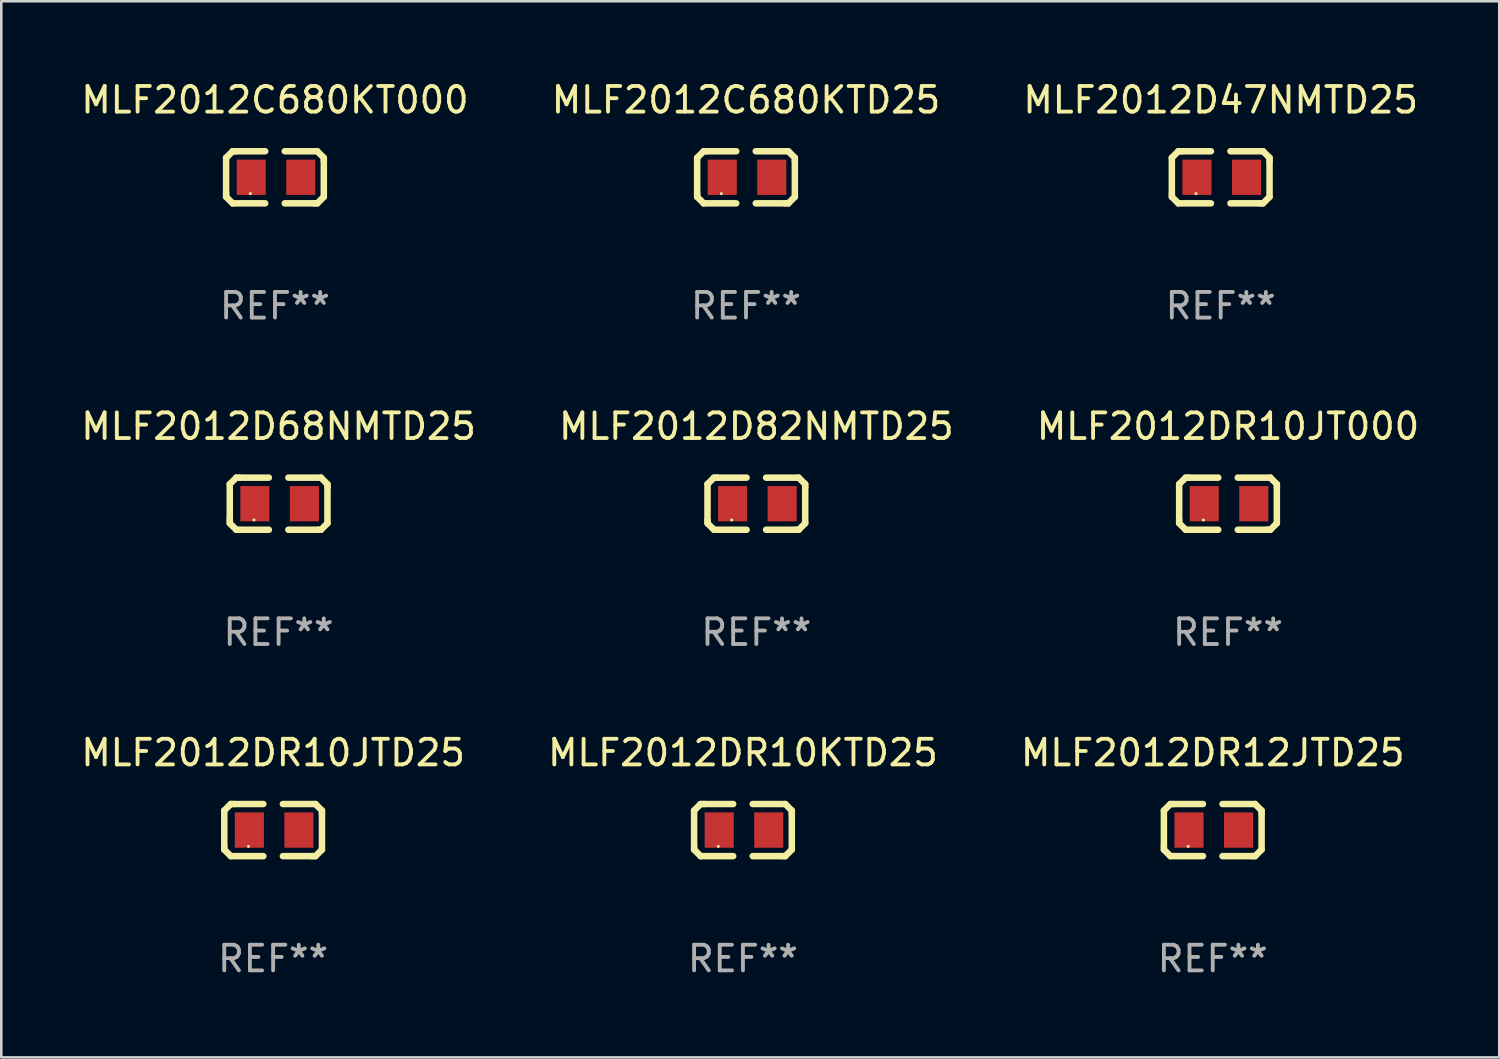
<source format=kicad_pcb>
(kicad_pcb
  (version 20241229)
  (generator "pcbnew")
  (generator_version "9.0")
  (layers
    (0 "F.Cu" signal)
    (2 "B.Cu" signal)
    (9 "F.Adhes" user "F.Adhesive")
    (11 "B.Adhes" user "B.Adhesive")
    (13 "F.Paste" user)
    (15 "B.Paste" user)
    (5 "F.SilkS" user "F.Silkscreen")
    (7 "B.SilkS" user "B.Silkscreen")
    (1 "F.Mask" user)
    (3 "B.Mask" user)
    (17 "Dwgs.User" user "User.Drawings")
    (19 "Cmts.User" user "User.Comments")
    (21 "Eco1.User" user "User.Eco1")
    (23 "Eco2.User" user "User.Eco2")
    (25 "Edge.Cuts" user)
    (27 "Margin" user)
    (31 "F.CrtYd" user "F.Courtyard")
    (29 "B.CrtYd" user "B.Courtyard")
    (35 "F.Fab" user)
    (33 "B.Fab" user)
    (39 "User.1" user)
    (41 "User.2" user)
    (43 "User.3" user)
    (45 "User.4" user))
  (footprint "MLF2012DR12JTD25"
    (layer "F.Cu")
    (at 44.244 29.321)
    (property "Reference" "MLF2012DR12JTD25" (at 0 -3.016 0) (layer "F.SilkS") (effects (font (size 1 1) (thickness 0.15))))
    (attr through_hole)
    (fp_line (start -1.905 -0.762) (end -1.905 0.635) (stroke (width 0.254) (type solid)) (layer "F.SilkS"))
    (fp_line (start -1.905 0.635) (end -1.905 0.762) (stroke (width 0.254) (type solid)) (layer "F.SilkS"))
    (fp_line (start -1.905 0.762) (end -1.651 1.016) (stroke (width 0.254) (type solid)) (layer "F.SilkS"))
    (fp_line (start -1.651 -1.016) (end -1.905 -0.762) (stroke (width 0.254) (type solid)) (layer "F.SilkS"))
    (fp_line (start -1.651 1.016) (end -0.381 1.016) (stroke (width 0.254) (type solid)) (layer "F.SilkS"))
    (fp_line (start -1.524 -1.016) (end -1.651 -1.016) (stroke (width 0.254) (type solid)) (layer "F.SilkS"))
    (fp_line (start -0.381 -1.016) (end -1.524 -1.016) (stroke (width 0.254) (type solid)) (layer "F.SilkS"))
    (fp_line (start 0.381 1.016) (end 1.524 1.016) (stroke (width 0.254) (type solid)) (layer "F.SilkS"))
    (fp_line (start 1.524 1.016) (end 1.651 1.016) (stroke (width 0.254) (type solid)) (layer "F.SilkS"))
    (fp_line (start 1.651 -1.016) (end 0.381 -1.016) (stroke (width 0.254) (type solid)) (layer "F.SilkS"))
    (fp_line (start 1.651 1.016) (end 1.905 0.762) (stroke (width 0.254) (type solid)) (layer "F.SilkS"))
    (fp_line (start 1.905 -0.762) (end 1.651 -1.016) (stroke (width 0.254) (type solid)) (layer "F.SilkS"))
    (fp_line (start 1.905 -0.635) (end 1.905 -0.762) (stroke (width 0.254) (type solid)) (layer "F.SilkS"))
    (fp_line (start 1.905 0.762) (end 1.905 -0.635) (stroke (width 0.254) (type solid)) (layer "F.SilkS"))
    (fp_circle (center -0.96 0.637) (end -0.93 0.637) (stroke (width 0.06) (type solid)) (fill no) (layer "F.SilkS"))
    (fp_text user "REF**" (at 0 5.016 0) (layer "F.Fab") (effects (font (size 1 1) (thickness 0.15))))
    (pad "1" smd rect (at -0.926 -0.000051) (size 1.133 1.377) (layers "F.Cu" "F.Mask" "F.Paste"))
    (pad "2" smd rect (at 1.006 -0.000051) (size 1.133 1.377) (layers "F.Cu" "F.Mask" "F.Paste")))
  (footprint "MLF2012C680KTD25"
    (layer "F.Cu")
    (at 26.042 3.864)
    (property "Reference" "MLF2012C680KTD25" (at 0 -3.016 0) (layer "F.SilkS") (effects (font (size 1 1) (thickness 0.15))))
    (attr through_hole)
    (fp_line (start -1.905 -0.762) (end -1.905 0.635) (stroke (width 0.254) (type solid)) (layer "F.SilkS"))
    (fp_line (start -1.905 0.635) (end -1.905 0.762) (stroke (width 0.254) (type solid)) (layer "F.SilkS"))
    (fp_line (start -1.905 0.762) (end -1.651 1.016) (stroke (width 0.254) (type solid)) (layer "F.SilkS"))
    (fp_line (start -1.651 -1.016) (end -1.905 -0.762) (stroke (width 0.254) (type solid)) (layer "F.SilkS"))
    (fp_line (start -1.651 1.016) (end -0.381 1.016) (stroke (width 0.254) (type solid)) (layer "F.SilkS"))
    (fp_line (start -1.524 -1.016) (end -1.651 -1.016) (stroke (width 0.254) (type solid)) (layer "F.SilkS"))
    (fp_line (start -0.381 -1.016) (end -1.524 -1.016) (stroke (width 0.254) (type solid)) (layer "F.SilkS"))
    (fp_line (start 0.381 1.016) (end 1.524 1.016) (stroke (width 0.254) (type solid)) (layer "F.SilkS"))
    (fp_line (start 1.524 1.016) (end 1.651 1.016) (stroke (width 0.254) (type solid)) (layer "F.SilkS"))
    (fp_line (start 1.651 -1.016) (end 0.381 -1.016) (stroke (width 0.254) (type solid)) (layer "F.SilkS"))
    (fp_line (start 1.651 1.016) (end 1.905 0.762) (stroke (width 0.254) (type solid)) (layer "F.SilkS"))
    (fp_line (start 1.905 -0.762) (end 1.651 -1.016) (stroke (width 0.254) (type solid)) (layer "F.SilkS"))
    (fp_line (start 1.905 -0.635) (end 1.905 -0.762) (stroke (width 0.254) (type solid)) (layer "F.SilkS"))
    (fp_line (start 1.905 0.762) (end 1.905 -0.635) (stroke (width 0.254) (type solid)) (layer "F.SilkS"))
    (fp_circle (center -0.96 0.637) (end -0.93 0.637) (stroke (width 0.06) (type solid)) (fill no) (layer "F.SilkS"))
    (fp_text user "REF**" (at 0 5.016 0) (layer "F.Fab") (effects (font (size 1 1) (thickness 0.15))))
    (pad "1" smd rect (at -0.926 -0.000051) (size 1.133 1.377) (layers "F.Cu" "F.Mask" "F.Paste"))
    (pad "2" smd rect (at 1.006 -0.000051) (size 1.133 1.377) (layers "F.Cu" "F.Mask" "F.Paste")))
  (footprint "MLF2012D47NMTD25"
    (layer "F.Cu")
    (at 44.554 3.864)
    (property "Reference" "MLF2012D47NMTD25" (at 0 -3.016 0) (layer "F.SilkS") (effects (font (size 1 1) (thickness 0.15))))
    (attr through_hole)
    (fp_line (start -1.905 -0.762) (end -1.905 0.635) (stroke (width 0.254) (type solid)) (layer "F.SilkS"))
    (fp_line (start -1.905 0.635) (end -1.905 0.762) (stroke (width 0.254) (type solid)) (layer "F.SilkS"))
    (fp_line (start -1.905 0.762) (end -1.651 1.016) (stroke (width 0.254) (type solid)) (layer "F.SilkS"))
    (fp_line (start -1.651 -1.016) (end -1.905 -0.762) (stroke (width 0.254) (type solid)) (layer "F.SilkS"))
    (fp_line (start -1.651 1.016) (end -0.381 1.016) (stroke (width 0.254) (type solid)) (layer "F.SilkS"))
    (fp_line (start -1.524 -1.016) (end -1.651 -1.016) (stroke (width 0.254) (type solid)) (layer "F.SilkS"))
    (fp_line (start -0.381 -1.016) (end -1.524 -1.016) (stroke (width 0.254) (type solid)) (layer "F.SilkS"))
    (fp_line (start 0.381 1.016) (end 1.524 1.016) (stroke (width 0.254) (type solid)) (layer "F.SilkS"))
    (fp_line (start 1.524 1.016) (end 1.651 1.016) (stroke (width 0.254) (type solid)) (layer "F.SilkS"))
    (fp_line (start 1.651 -1.016) (end 0.381 -1.016) (stroke (width 0.254) (type solid)) (layer "F.SilkS"))
    (fp_line (start 1.651 1.016) (end 1.905 0.762) (stroke (width 0.254) (type solid)) (layer "F.SilkS"))
    (fp_line (start 1.905 -0.762) (end 1.651 -1.016) (stroke (width 0.254) (type solid)) (layer "F.SilkS"))
    (fp_line (start 1.905 -0.635) (end 1.905 -0.762) (stroke (width 0.254) (type solid)) (layer "F.SilkS"))
    (fp_line (start 1.905 0.762) (end 1.905 -0.635) (stroke (width 0.254) (type solid)) (layer "F.SilkS"))
    (fp_circle (center -0.96 0.637) (end -0.93 0.637) (stroke (width 0.06) (type solid)) (fill no) (layer "F.SilkS"))
    (fp_text user "REF**" (at 0 5.016 0) (layer "F.Fab") (effects (font (size 1 1) (thickness 0.15))))
    (pad "1" smd rect (at -0.926 -0.000051) (size 1.133 1.377) (layers "F.Cu" "F.Mask" "F.Paste"))
    (pad "2" smd rect (at 1.006 -0.000051) (size 1.133 1.377) (layers "F.Cu" "F.Mask" "F.Paste")))
  (footprint "MLF2012DR10JTD25"
    (layer "F.Cu")
    (at 7.601 29.321)
    (property "Reference" "MLF2012DR10JTD25" (at 0 -3.016 0) (layer "F.SilkS") (effects (font (size 1 1) (thickness 0.15))))
    (attr through_hole)
    (fp_line (start -1.905 -0.762) (end -1.905 0.635) (stroke (width 0.254) (type solid)) (layer "F.SilkS"))
    (fp_line (start -1.905 0.635) (end -1.905 0.762) (stroke (width 0.254) (type solid)) (layer "F.SilkS"))
    (fp_line (start -1.905 0.762) (end -1.651 1.016) (stroke (width 0.254) (type solid)) (layer "F.SilkS"))
    (fp_line (start -1.651 -1.016) (end -1.905 -0.762) (stroke (width 0.254) (type solid)) (layer "F.SilkS"))
    (fp_line (start -1.651 1.016) (end -0.381 1.016) (stroke (width 0.254) (type solid)) (layer "F.SilkS"))
    (fp_line (start -1.524 -1.016) (end -1.651 -1.016) (stroke (width 0.254) (type solid)) (layer "F.SilkS"))
    (fp_line (start -0.381 -1.016) (end -1.524 -1.016) (stroke (width 0.254) (type solid)) (layer "F.SilkS"))
    (fp_line (start 0.381 1.016) (end 1.524 1.016) (stroke (width 0.254) (type solid)) (layer "F.SilkS"))
    (fp_line (start 1.524 1.016) (end 1.651 1.016) (stroke (width 0.254) (type solid)) (layer "F.SilkS"))
    (fp_line (start 1.651 -1.016) (end 0.381 -1.016) (stroke (width 0.254) (type solid)) (layer "F.SilkS"))
    (fp_line (start 1.651 1.016) (end 1.905 0.762) (stroke (width 0.254) (type solid)) (layer "F.SilkS"))
    (fp_line (start 1.905 -0.762) (end 1.651 -1.016) (stroke (width 0.254) (type solid)) (layer "F.SilkS"))
    (fp_line (start 1.905 -0.635) (end 1.905 -0.762) (stroke (width 0.254) (type solid)) (layer "F.SilkS"))
    (fp_line (start 1.905 0.762) (end 1.905 -0.635) (stroke (width 0.254) (type solid)) (layer "F.SilkS"))
    (fp_circle (center -0.96 0.637) (end -0.93 0.637) (stroke (width 0.06) (type solid)) (fill no) (layer "F.SilkS"))
    (fp_text user "REF**" (at 0 5.016 0) (layer "F.Fab") (effects (font (size 1 1) (thickness 0.15))))
    (pad "1" smd rect (at -0.926 -0.000051) (size 1.133 1.377) (layers "F.Cu" "F.Mask" "F.Paste"))
    (pad "2" smd rect (at 1.006 -0.000051) (size 1.133 1.377) (layers "F.Cu" "F.Mask" "F.Paste")))
  (footprint "MLF2012D82NMTD25"
    (layer "F.Cu")
    (at 26.446 16.593)
    (property "Reference" "MLF2012D82NMTD25" (at 0 -3.016 0) (layer "F.SilkS") (effects (font (size 1 1) (thickness 0.15))))
    (attr through_hole)
    (fp_line (start -1.905 -0.762) (end -1.905 0.635) (stroke (width 0.254) (type solid)) (layer "F.SilkS"))
    (fp_line (start -1.905 0.635) (end -1.905 0.762) (stroke (width 0.254) (type solid)) (layer "F.SilkS"))
    (fp_line (start -1.905 0.762) (end -1.651 1.016) (stroke (width 0.254) (type solid)) (layer "F.SilkS"))
    (fp_line (start -1.651 -1.016) (end -1.905 -0.762) (stroke (width 0.254) (type solid)) (layer "F.SilkS"))
    (fp_line (start -1.651 1.016) (end -0.381 1.016) (stroke (width 0.254) (type solid)) (layer "F.SilkS"))
    (fp_line (start -1.524 -1.016) (end -1.651 -1.016) (stroke (width 0.254) (type solid)) (layer "F.SilkS"))
    (fp_line (start -0.381 -1.016) (end -1.524 -1.016) (stroke (width 0.254) (type solid)) (layer "F.SilkS"))
    (fp_line (start 0.381 1.016) (end 1.524 1.016) (stroke (width 0.254) (type solid)) (layer "F.SilkS"))
    (fp_line (start 1.524 1.016) (end 1.651 1.016) (stroke (width 0.254) (type solid)) (layer "F.SilkS"))
    (fp_line (start 1.651 -1.016) (end 0.381 -1.016) (stroke (width 0.254) (type solid)) (layer "F.SilkS"))
    (fp_line (start 1.651 1.016) (end 1.905 0.762) (stroke (width 0.254) (type solid)) (layer "F.SilkS"))
    (fp_line (start 1.905 -0.762) (end 1.651 -1.016) (stroke (width 0.254) (type solid)) (layer "F.SilkS"))
    (fp_line (start 1.905 -0.635) (end 1.905 -0.762) (stroke (width 0.254) (type solid)) (layer "F.SilkS"))
    (fp_line (start 1.905 0.762) (end 1.905 -0.635) (stroke (width 0.254) (type solid)) (layer "F.SilkS"))
    (fp_circle (center -0.96 0.637) (end -0.93 0.637) (stroke (width 0.06) (type solid)) (fill no) (layer "F.SilkS"))
    (fp_text user "REF**" (at 0 5.016 0) (layer "F.Fab") (effects (font (size 1 1) (thickness 0.15))))
    (pad "1" smd rect (at -0.926 -0.000051) (size 1.133 1.377) (layers "F.Cu" "F.Mask" "F.Paste"))
    (pad "2" smd rect (at 1.006 -0.000051) (size 1.133 1.377) (layers "F.Cu" "F.Mask" "F.Paste")))
  (footprint "MLF2012DR10KTD25"
    (layer "F.Cu")
    (at 25.923 29.321)
    (property "Reference" "MLF2012DR10KTD25" (at 0 -3.016 0) (layer "F.SilkS") (effects (font (size 1 1) (thickness 0.15))))
    (attr through_hole)
    (fp_line (start -1.905 -0.762) (end -1.905 0.635) (stroke (width 0.254) (type solid)) (layer "F.SilkS"))
    (fp_line (start -1.905 0.635) (end -1.905 0.762) (stroke (width 0.254) (type solid)) (layer "F.SilkS"))
    (fp_line (start -1.905 0.762) (end -1.651 1.016) (stroke (width 0.254) (type solid)) (layer "F.SilkS"))
    (fp_line (start -1.651 -1.016) (end -1.905 -0.762) (stroke (width 0.254) (type solid)) (layer "F.SilkS"))
    (fp_line (start -1.651 1.016) (end -0.381 1.016) (stroke (width 0.254) (type solid)) (layer "F.SilkS"))
    (fp_line (start -1.524 -1.016) (end -1.651 -1.016) (stroke (width 0.254) (type solid)) (layer "F.SilkS"))
    (fp_line (start -0.381 -1.016) (end -1.524 -1.016) (stroke (width 0.254) (type solid)) (layer "F.SilkS"))
    (fp_line (start 0.381 1.016) (end 1.524 1.016) (stroke (width 0.254) (type solid)) (layer "F.SilkS"))
    (fp_line (start 1.524 1.016) (end 1.651 1.016) (stroke (width 0.254) (type solid)) (layer "F.SilkS"))
    (fp_line (start 1.651 -1.016) (end 0.381 -1.016) (stroke (width 0.254) (type solid)) (layer "F.SilkS"))
    (fp_line (start 1.651 1.016) (end 1.905 0.762) (stroke (width 0.254) (type solid)) (layer "F.SilkS"))
    (fp_line (start 1.905 -0.762) (end 1.651 -1.016) (stroke (width 0.254) (type solid)) (layer "F.SilkS"))
    (fp_line (start 1.905 -0.635) (end 1.905 -0.762) (stroke (width 0.254) (type solid)) (layer "F.SilkS"))
    (fp_line (start 1.905 0.762) (end 1.905 -0.635) (stroke (width 0.254) (type solid)) (layer "F.SilkS"))
    (fp_circle (center -0.96 0.637) (end -0.93 0.637) (stroke (width 0.06) (type solid)) (fill no) (layer "F.SilkS"))
    (fp_text user "REF**" (at 0 5.016 0) (layer "F.Fab") (effects (font (size 1 1) (thickness 0.15))))
    (pad "1" smd rect (at -0.926 -0.000051) (size 1.133 1.377) (layers "F.Cu" "F.Mask" "F.Paste"))
    (pad "2" smd rect (at 1.006 -0.000051) (size 1.133 1.377) (layers "F.Cu" "F.Mask" "F.Paste")))
  (footprint "MLF2012DR10JT000"
    (layer "F.Cu")
    (at 44.839 16.593)
    (property "Reference" "MLF2012DR10JT000" (at 0 -3.016 0) (layer "F.SilkS") (effects (font (size 1 1) (thickness 0.15))))
    (attr through_hole)
    (fp_line (start -1.905 -0.762) (end -1.905 0.635) (stroke (width 0.254) (type solid)) (layer "F.SilkS"))
    (fp_line (start -1.905 0.635) (end -1.905 0.762) (stroke (width 0.254) (type solid)) (layer "F.SilkS"))
    (fp_line (start -1.905 0.762) (end -1.651 1.016) (stroke (width 0.254) (type solid)) (layer "F.SilkS"))
    (fp_line (start -1.651 -1.016) (end -1.905 -0.762) (stroke (width 0.254) (type solid)) (layer "F.SilkS"))
    (fp_line (start -1.651 1.016) (end -0.381 1.016) (stroke (width 0.254) (type solid)) (layer "F.SilkS"))
    (fp_line (start -1.524 -1.016) (end -1.651 -1.016) (stroke (width 0.254) (type solid)) (layer "F.SilkS"))
    (fp_line (start -0.381 -1.016) (end -1.524 -1.016) (stroke (width 0.254) (type solid)) (layer "F.SilkS"))
    (fp_line (start 0.381 1.016) (end 1.524 1.016) (stroke (width 0.254) (type solid)) (layer "F.SilkS"))
    (fp_line (start 1.524 1.016) (end 1.651 1.016) (stroke (width 0.254) (type solid)) (layer "F.SilkS"))
    (fp_line (start 1.651 -1.016) (end 0.381 -1.016) (stroke (width 0.254) (type solid)) (layer "F.SilkS"))
    (fp_line (start 1.651 1.016) (end 1.905 0.762) (stroke (width 0.254) (type solid)) (layer "F.SilkS"))
    (fp_line (start 1.905 -0.762) (end 1.651 -1.016) (stroke (width 0.254) (type solid)) (layer "F.SilkS"))
    (fp_line (start 1.905 -0.635) (end 1.905 -0.762) (stroke (width 0.254) (type solid)) (layer "F.SilkS"))
    (fp_line (start 1.905 0.762) (end 1.905 -0.635) (stroke (width 0.254) (type solid)) (layer "F.SilkS"))
    (fp_circle (center -0.96 0.637) (end -0.93 0.637) (stroke (width 0.06) (type solid)) (fill no) (layer "F.SilkS"))
    (fp_text user "REF**" (at 0 5.016 0) (layer "F.Fab") (effects (font (size 1 1) (thickness 0.15))))
    (pad "1" smd rect (at -0.926 -0.000051) (size 1.133 1.377) (layers "F.Cu" "F.Mask" "F.Paste"))
    (pad "2" smd rect (at 1.006 -0.000051) (size 1.133 1.377) (layers "F.Cu" "F.Mask" "F.Paste")))
  (footprint "MLF2012D68NMTD25"
    (layer "F.Cu")
    (at 7.815 16.593)
    (property "Reference" "MLF2012D68NMTD25" (at 0 -3.016 0) (layer "F.SilkS") (effects (font (size 1 1) (thickness 0.15))))
    (attr through_hole)
    (fp_line (start -1.905 -0.762) (end -1.905 0.635) (stroke (width 0.254) (type solid)) (layer "F.SilkS"))
    (fp_line (start -1.905 0.635) (end -1.905 0.762) (stroke (width 0.254) (type solid)) (layer "F.SilkS"))
    (fp_line (start -1.905 0.762) (end -1.651 1.016) (stroke (width 0.254) (type solid)) (layer "F.SilkS"))
    (fp_line (start -1.651 -1.016) (end -1.905 -0.762) (stroke (width 0.254) (type solid)) (layer "F.SilkS"))
    (fp_line (start -1.651 1.016) (end -0.381 1.016) (stroke (width 0.254) (type solid)) (layer "F.SilkS"))
    (fp_line (start -1.524 -1.016) (end -1.651 -1.016) (stroke (width 0.254) (type solid)) (layer "F.SilkS"))
    (fp_line (start -0.381 -1.016) (end -1.524 -1.016) (stroke (width 0.254) (type solid)) (layer "F.SilkS"))
    (fp_line (start 0.381 1.016) (end 1.524 1.016) (stroke (width 0.254) (type solid)) (layer "F.SilkS"))
    (fp_line (start 1.524 1.016) (end 1.651 1.016) (stroke (width 0.254) (type solid)) (layer "F.SilkS"))
    (fp_line (start 1.651 -1.016) (end 0.381 -1.016) (stroke (width 0.254) (type solid)) (layer "F.SilkS"))
    (fp_line (start 1.651 1.016) (end 1.905 0.762) (stroke (width 0.254) (type solid)) (layer "F.SilkS"))
    (fp_line (start 1.905 -0.762) (end 1.651 -1.016) (stroke (width 0.254) (type solid)) (layer "F.SilkS"))
    (fp_line (start 1.905 -0.635) (end 1.905 -0.762) (stroke (width 0.254) (type solid)) (layer "F.SilkS"))
    (fp_line (start 1.905 0.762) (end 1.905 -0.635) (stroke (width 0.254) (type solid)) (layer "F.SilkS"))
    (fp_circle (center -0.96 0.637) (end -0.93 0.637) (stroke (width 0.06) (type solid)) (fill no) (layer "F.SilkS"))
    (fp_text user "REF**" (at 0 5.016 0) (layer "F.Fab") (effects (font (size 1 1) (thickness 0.15))))
    (pad "1" smd rect (at -0.926 -0.000051) (size 1.133 1.377) (layers "F.Cu" "F.Mask" "F.Paste"))
    (pad "2" smd rect (at 1.006 -0.000051) (size 1.133 1.377) (layers "F.Cu" "F.Mask" "F.Paste")))
  (footprint "MLF2012C680KT000"
    (layer "F.Cu")
    (at 7.673 3.864)
    (property "Reference" "MLF2012C680KT000" (at 0 -3.016 0) (layer "F.SilkS") (effects (font (size 1 1) (thickness 0.15))))
    (attr through_hole)
    (fp_line (start -1.905 -0.762) (end -1.905 0.635) (stroke (width 0.254) (type solid)) (layer "F.SilkS"))
    (fp_line (start -1.905 0.635) (end -1.905 0.762) (stroke (width 0.254) (type solid)) (layer "F.SilkS"))
    (fp_line (start -1.905 0.762) (end -1.651 1.016) (stroke (width 0.254) (type solid)) (layer "F.SilkS"))
    (fp_line (start -1.651 -1.016) (end -1.905 -0.762) (stroke (width 0.254) (type solid)) (layer "F.SilkS"))
    (fp_line (start -1.651 1.016) (end -0.381 1.016) (stroke (width 0.254) (type solid)) (layer "F.SilkS"))
    (fp_line (start -1.524 -1.016) (end -1.651 -1.016) (stroke (width 0.254) (type solid)) (layer "F.SilkS"))
    (fp_line (start -0.381 -1.016) (end -1.524 -1.016) (stroke (width 0.254) (type solid)) (layer "F.SilkS"))
    (fp_line (start 0.381 1.016) (end 1.524 1.016) (stroke (width 0.254) (type solid)) (layer "F.SilkS"))
    (fp_line (start 1.524 1.016) (end 1.651 1.016) (stroke (width 0.254) (type solid)) (layer "F.SilkS"))
    (fp_line (start 1.651 -1.016) (end 0.381 -1.016) (stroke (width 0.254) (type solid)) (layer "F.SilkS"))
    (fp_line (start 1.651 1.016) (end 1.905 0.762) (stroke (width 0.254) (type solid)) (layer "F.SilkS"))
    (fp_line (start 1.905 -0.762) (end 1.651 -1.016) (stroke (width 0.254) (type solid)) (layer "F.SilkS"))
    (fp_line (start 1.905 -0.635) (end 1.905 -0.762) (stroke (width 0.254) (type solid)) (layer "F.SilkS"))
    (fp_line (start 1.905 0.762) (end 1.905 -0.635) (stroke (width 0.254) (type solid)) (layer "F.SilkS"))
    (fp_circle (center -0.96 0.637) (end -0.93 0.637) (stroke (width 0.06) (type solid)) (fill no) (layer "F.SilkS"))
    (fp_text user "REF**" (at 0 5.016 0) (layer "F.Fab") (effects (font (size 1 1) (thickness 0.15))))
    (pad "1" smd rect (at -0.926 -0.000051) (size 1.133 1.377) (layers "F.Cu" "F.Mask" "F.Paste"))
    (pad "2" smd rect (at 1.006 -0.000051) (size 1.133 1.377) (layers "F.Cu" "F.Mask" "F.Paste")))
  (gr_rect
    (start -3 -3)
    (end 55.417 38.186)
    (stroke (width 0.1) (type default))
    (fill no)
    (layer "Edge.Cuts")))
</source>
